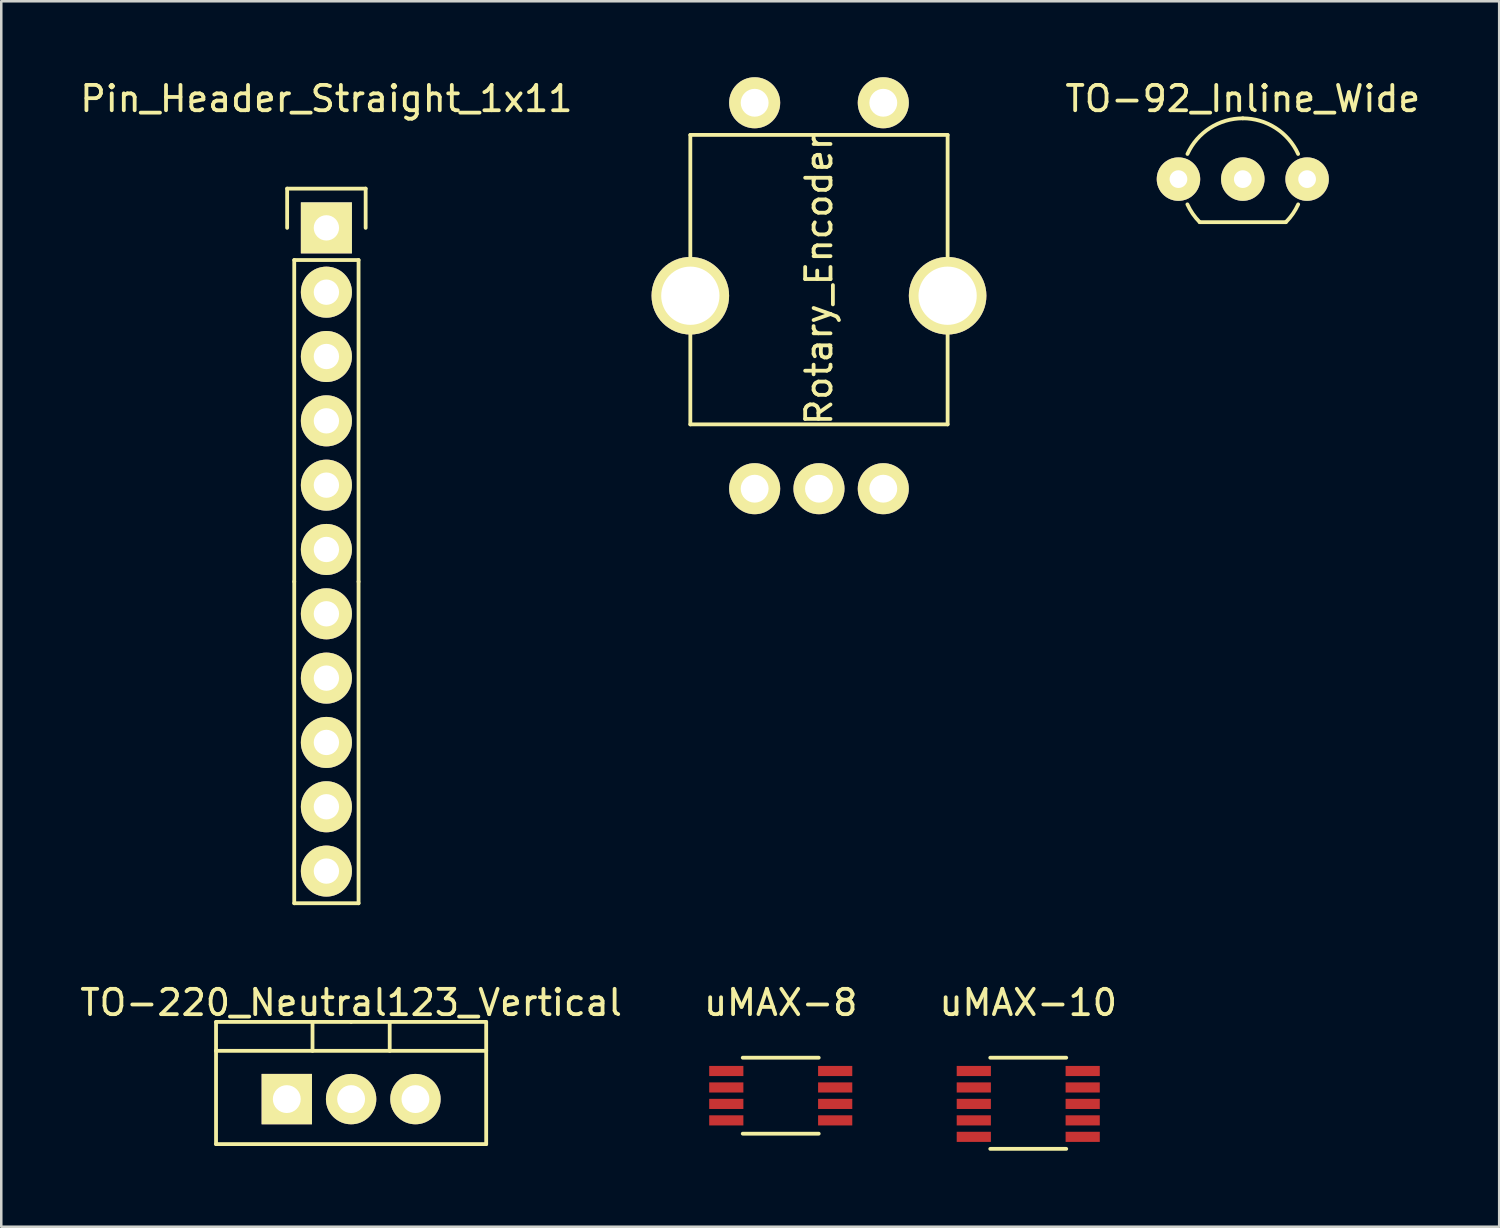
<source format=kicad_pcb>
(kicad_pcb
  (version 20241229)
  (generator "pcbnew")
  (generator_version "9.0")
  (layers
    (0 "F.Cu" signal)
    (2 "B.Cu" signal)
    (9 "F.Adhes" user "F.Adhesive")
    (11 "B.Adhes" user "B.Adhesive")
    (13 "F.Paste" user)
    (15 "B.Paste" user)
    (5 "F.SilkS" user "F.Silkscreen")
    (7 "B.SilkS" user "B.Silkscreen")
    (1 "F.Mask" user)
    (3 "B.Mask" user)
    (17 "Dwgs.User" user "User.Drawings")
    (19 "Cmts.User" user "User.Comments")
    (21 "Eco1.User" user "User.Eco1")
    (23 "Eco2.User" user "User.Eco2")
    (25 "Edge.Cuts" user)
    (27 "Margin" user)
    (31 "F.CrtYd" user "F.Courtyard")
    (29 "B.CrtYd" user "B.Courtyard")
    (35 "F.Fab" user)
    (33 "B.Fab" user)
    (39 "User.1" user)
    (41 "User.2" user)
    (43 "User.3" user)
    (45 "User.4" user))
  (footprint "uMAX-10"
    (layer "F.Cu")
    (at 37.554 39.242)
    (property "Reference" "uMAX-10" (at 0 -2.7 0) (layer "F.SilkS") (effects (font (size 1 1) (thickness 0.15))))
    (attr through_hole)
    (fp_line (start -1.5 3.075) (end 1.5 3.075) (stroke (width 0.15) (type solid)) (layer "F.SilkS"))
    (fp_line (start 1.5 -0.525) (end -1.5 -0.525) (stroke (width 0.15) (type solid)) (layer "F.SilkS"))
    (pad "1" smd rect (at -2.15 0) (size 1.35 0.4) (layers "F.Cu" "F.Mask" "F.Paste"))
    (pad "2" smd rect (at -2.15 0.65) (size 1.35 0.4) (layers "F.Cu" "F.Mask" "F.Paste"))
    (pad "3" smd rect (at -2.15 1.3) (size 1.35 0.4) (layers "F.Cu" "F.Mask" "F.Paste"))
    (pad "4" smd rect (at -2.15 1.95) (size 1.35 0.4) (layers "F.Cu" "F.Mask" "F.Paste"))
    (pad "5" smd rect (at -2.15 2.6) (size 1.35 0.4) (layers "F.Cu" "F.Mask" "F.Paste"))
    (pad "6" smd rect (at 2.15 2.6) (size 1.35 0.4) (layers "F.Cu" "F.Mask" "F.Paste"))
    (pad "7" smd rect (at 2.15 1.95) (size 1.35 0.4) (layers "F.Cu" "F.Mask" "F.Paste"))
    (pad "8" smd rect (at 2.15 1.3) (size 1.35 0.4) (layers "F.Cu" "F.Mask" "F.Paste"))
    (pad "9" smd rect (at 2.15 0.65) (size 1.35 0.4) (layers "F.Cu" "F.Mask" "F.Paste"))
    (pad "10" smd rect (at 2.15 0) (size 1.35 0.4) (layers "F.Cu" "F.Mask" "F.Paste")))
  (footprint "uMAX-8"
    (layer "F.Cu")
    (at 27.78 39.242)
    (property "Reference" "uMAX-8" (at 0 -2.7 0) (layer "F.SilkS") (effects (font (size 1 1) (thickness 0.15))))
    (attr through_hole)
    (fp_line (start -1.5 2.475) (end 1.5 2.475) (stroke (width 0.15) (type solid)) (layer "F.SilkS"))
    (fp_line (start 1.5 -0.525) (end -1.5 -0.525) (stroke (width 0.15) (type solid)) (layer "F.SilkS"))
    (pad "1" smd rect (at -2.15 0) (size 1.35 0.4) (layers "F.Cu" "F.Mask" "F.Paste"))
    (pad "2" smd rect (at -2.15 0.65) (size 1.35 0.4) (layers "F.Cu" "F.Mask" "F.Paste"))
    (pad "3" smd rect (at -2.15 1.3) (size 1.35 0.4) (layers "F.Cu" "F.Mask" "F.Paste"))
    (pad "4" smd rect (at -2.15 1.95) (size 1.35 0.4) (layers "F.Cu" "F.Mask" "F.Paste"))
    (pad "5" smd rect (at 2.15 1.95) (size 1.35 0.4) (layers "F.Cu" "F.Mask" "F.Paste"))
    (pad "6" smd rect (at 2.15 1.3) (size 1.35 0.4) (layers "F.Cu" "F.Mask" "F.Paste"))
    (pad "7" smd rect (at 2.15 0.65) (size 1.35 0.4) (layers "F.Cu" "F.Mask" "F.Paste"))
    (pad "8" smd rect (at 2.15 0) (size 1.35 0.4) (layers "F.Cu" "F.Mask" "F.Paste")))
  (footprint "TO-220_Neutral123_Vertical"
    (layer "F.Cu")
    (at 10.815 40.352)
    (property "Reference" "TO-220_Neutral123_Vertical" (at 0 -3.81 0) (layer "F.SilkS") (effects (font (size 1 1) (thickness 0.15))))
    (attr through_hole)
    (fp_line (start -5.334 -1.905) (end -5.334 -3.048) (stroke (width 0.15) (type solid)) (layer "F.SilkS"))
    (fp_line (start -5.334 1.778) (end -5.334 -1.905) (stroke (width 0.15) (type solid)) (layer "F.SilkS"))
    (fp_line (start -1.524 -3.048) (end -1.524 -1.905) (stroke (width 0.15) (type solid)) (layer "F.SilkS"))
    (fp_line (start 0 -3.048) (end -5.334 -3.048) (stroke (width 0.15) (type solid)) (layer "F.SilkS"))
    (fp_line (start 0 -3.048) (end 5.334 -3.048) (stroke (width 0.15) (type solid)) (layer "F.SilkS"))
    (fp_line (start 1.524 -3.048) (end 1.524 -1.905) (stroke (width 0.15) (type solid)) (layer "F.SilkS"))
    (fp_line (start 5.334 -3.048) (end 5.334 -1.905) (stroke (width 0.15) (type solid)) (layer "F.SilkS"))
    (fp_line (start 5.334 -1.905) (end -5.334 -1.905) (stroke (width 0.15) (type solid)) (layer "F.SilkS"))
    (fp_line (start 5.334 -1.905) (end 5.334 1.778) (stroke (width 0.15) (type solid)) (layer "F.SilkS"))
    (fp_line (start 5.334 1.778) (end -5.334 1.778) (stroke (width 0.15) (type solid)) (layer "F.SilkS"))
    (pad "1" thru_hole rect (at -2.54 0 90) (size 1.989 1.989) (drill 1.1) (layers "*.Cu" "*.Mask" "F.SilkS"))
    (pad "2" thru_hole circle (at 0 0 90) (size 1.989 1.989) (drill 1.1) (layers "*.Cu" "*.Mask" "F.SilkS"))
    (pad "3" thru_hole circle (at 2.54 0 90) (size 1.989 1.989) (drill 1.1) (layers "*.Cu" "*.Mask" "F.SilkS")))
  (footprint "Rotary_Encoder"
    (layer "F.Cu")
    (at 29.29 6.088)
    (property "Reference" "Rotary_Encoder" (at 0 1.905 90) (layer "F.SilkS") (effects (font (size 1 1) (thickness 0.15))))
    (attr through_hole)
    (fp_line (start -5.08 -3.81) (end 5.08 -3.81) (stroke (width 0.15) (type solid)) (layer "F.SilkS"))
    (fp_line (start -5.08 7.62) (end -5.08 -3.81) (stroke (width 0.15) (type solid)) (layer "F.SilkS"))
    (fp_line (start 5.08 -3.81) (end 5.08 7.62) (stroke (width 0.15) (type solid)) (layer "F.SilkS"))
    (fp_line (start 5.08 7.62) (end -5.08 7.62) (stroke (width 0.15) (type solid)) (layer "F.SilkS"))
    (pad "" thru_hole circle (at -5.08 2.54) (size 3.062 3.062) (drill 2.3) (layers "*.Cu" "*.Mask" "F.SilkS"))
    (pad "" thru_hole circle (at 5.08 2.54) (size 3.062 3.062) (drill 2.3) (layers "*.Cu" "*.Mask" "F.SilkS"))
    (pad "1" thru_hole circle (at 2.54 -5.08) (size 2.016 2.016) (drill 1.1) (layers "*.Cu" "*.Mask" "F.SilkS"))
    (pad "2" thru_hole circle (at -2.54 -5.08) (size 2.016 2.016) (drill 1.1) (layers "*.Cu" "*.Mask" "F.SilkS"))
    (pad "3" thru_hole circle (at 2.54 10.16) (size 2.016 2.016) (drill 1.1) (layers "*.Cu" "*.Mask" "F.SilkS"))
    (pad "4" thru_hole circle (at 0 10.16) (size 2.016 2.016) (drill 1.1) (layers "*.Cu" "*.Mask" "F.SilkS"))
    (pad "5" thru_hole circle (at -2.54 10.16) (size 2.016 2.016) (drill 1.1) (layers "*.Cu" "*.Mask" "F.SilkS")))
  (footprint "Pin_Header_Straight_1x11"
    (layer "F.Cu")
    (at 9.839 5.948)
    (property "Reference" "Pin_Header_Straight_1x11" (at 0 -5.1 0) (layer "F.SilkS") (effects (font (size 1 1) (thickness 0.15))))
    (attr through_hole)
    (fp_line (start -1.55 -1.55) (end 1.55 -1.55) (stroke (width 0.15) (type solid)) (layer "F.SilkS"))
    (fp_line (start -1.55 0) (end -1.55 -1.55) (stroke (width 0.15) (type solid)) (layer "F.SilkS"))
    (fp_line (start -1.27 13.97) (end -1.27 1.27) (stroke (width 0.15) (type solid)) (layer "F.SilkS"))
    (fp_line (start -1.27 13.97) (end -1.27 26.67) (stroke (width 0.15) (type solid)) (layer "F.SilkS"))
    (fp_line (start -1.27 26.67) (end 1.27 26.67) (stroke (width 0.15) (type solid)) (layer "F.SilkS"))
    (fp_line (start 1.27 1.27) (end -1.27 1.27) (stroke (width 0.15) (type solid)) (layer "F.SilkS"))
    (fp_line (start 1.27 1.27) (end 1.27 13.97) (stroke (width 0.15) (type solid)) (layer "F.SilkS"))
    (fp_line (start 1.27 13.97) (end 1.27 26.67) (stroke (width 0.15) (type solid)) (layer "F.SilkS"))
    (fp_line (start 1.55 -1.55) (end 1.55 0) (stroke (width 0.15) (type solid)) (layer "F.SilkS"))
    (pad "1" thru_hole rect (at 0 0) (size 2.016 2.016) (drill 1) (layers "*.Cu" "*.Mask" "F.SilkS"))
    (pad "2" thru_hole circle (at 0 2.54) (size 2.016 2.016) (drill 1) (layers "*.Cu" "*.Mask" "F.SilkS"))
    (pad "3" thru_hole circle (at 0 5.08) (size 2.016 2.016) (drill 1) (layers "*.Cu" "*.Mask" "F.SilkS"))
    (pad "4" thru_hole circle (at 0 7.62) (size 2.016 2.016) (drill 1) (layers "*.Cu" "*.Mask" "F.SilkS"))
    (pad "5" thru_hole circle (at 0 10.16) (size 2.016 2.016) (drill 1) (layers "*.Cu" "*.Mask" "F.SilkS"))
    (pad "6" thru_hole circle (at 0 12.7) (size 2.016 2.016) (drill 1) (layers "*.Cu" "*.Mask" "F.SilkS"))
    (pad "7" thru_hole circle (at 0 15.24) (size 2.016 2.016) (drill 1) (layers "*.Cu" "*.Mask" "F.SilkS"))
    (pad "8" thru_hole circle (at 0 17.78) (size 2.016 2.016) (drill 1) (layers "*.Cu" "*.Mask" "F.SilkS"))
    (pad "9" thru_hole circle (at 0 20.32) (size 2.016 2.016) (drill 1) (layers "*.Cu" "*.Mask" "F.SilkS"))
    (pad "10" thru_hole circle (at 0 22.86) (size 2.016 2.016) (drill 1) (layers "*.Cu" "*.Mask" "F.SilkS"))
    (pad "11" thru_hole circle (at 0 25.4) (size 2.016 2.016) (drill 1) (layers "*.Cu" "*.Mask" "F.SilkS")))
  (footprint "TO-92_Inline_Wide"
    (layer "F.Cu")
    (at 43.486 4.023)
    (property "Reference" "TO-92_Inline_Wide" (at 2.54 -3.175 180) (layer "F.SilkS") (effects (font (size 1 1) (thickness 0.15))))
    (attr through_hole)
    (fp_line (start 0.84 1.7) (end 4.24 1.7) (stroke (width 0.15) (type solid)) (layer "F.SilkS"))
    (fp_arc (start 0.355121 -0.993127) (mid 1.240675 -2.017858) (end 2.54 -2.4) (stroke (width 0.15) (type solid)) (layer "F.SilkS"))
    (fp_arc (start 0.84 1.7) (mid 0.564627 1.370365) (end 0.352305 0.99699) (stroke (width 0.15) (type solid)) (layer "F.SilkS"))
    (fp_arc (start 2.54 -2.4) (mid 3.839326 -2.017858) (end 4.724879 -0.993127) (stroke (width 0.15) (type solid)) (layer "F.SilkS"))
    (fp_arc (start 4.727695 0.99699) (mid 4.515373 1.370365) (end 4.24 1.7) (stroke (width 0.15) (type solid)) (layer "F.SilkS"))
    (pad "1" thru_hole circle (at 0 0 90) (size 1.716 1.716) (drill 0.7) (layers "*.Cu" "*.Mask" "F.SilkS"))
    (pad "2" thru_hole circle (at 2.54 0 90) (size 1.716 1.716) (drill 0.7) (layers "*.Cu" "*.Mask" "F.SilkS"))
    (pad "3" thru_hole circle (at 5.08 0 90) (size 1.716 1.716) (drill 0.7) (layers "*.Cu" "*.Mask" "F.SilkS")))
  (gr_rect
    (start -3 -3)
    (end 56.151 45.392)
    (stroke (width 0.1) (type default))
    (fill no)
    (layer "Edge.Cuts")))
</source>
